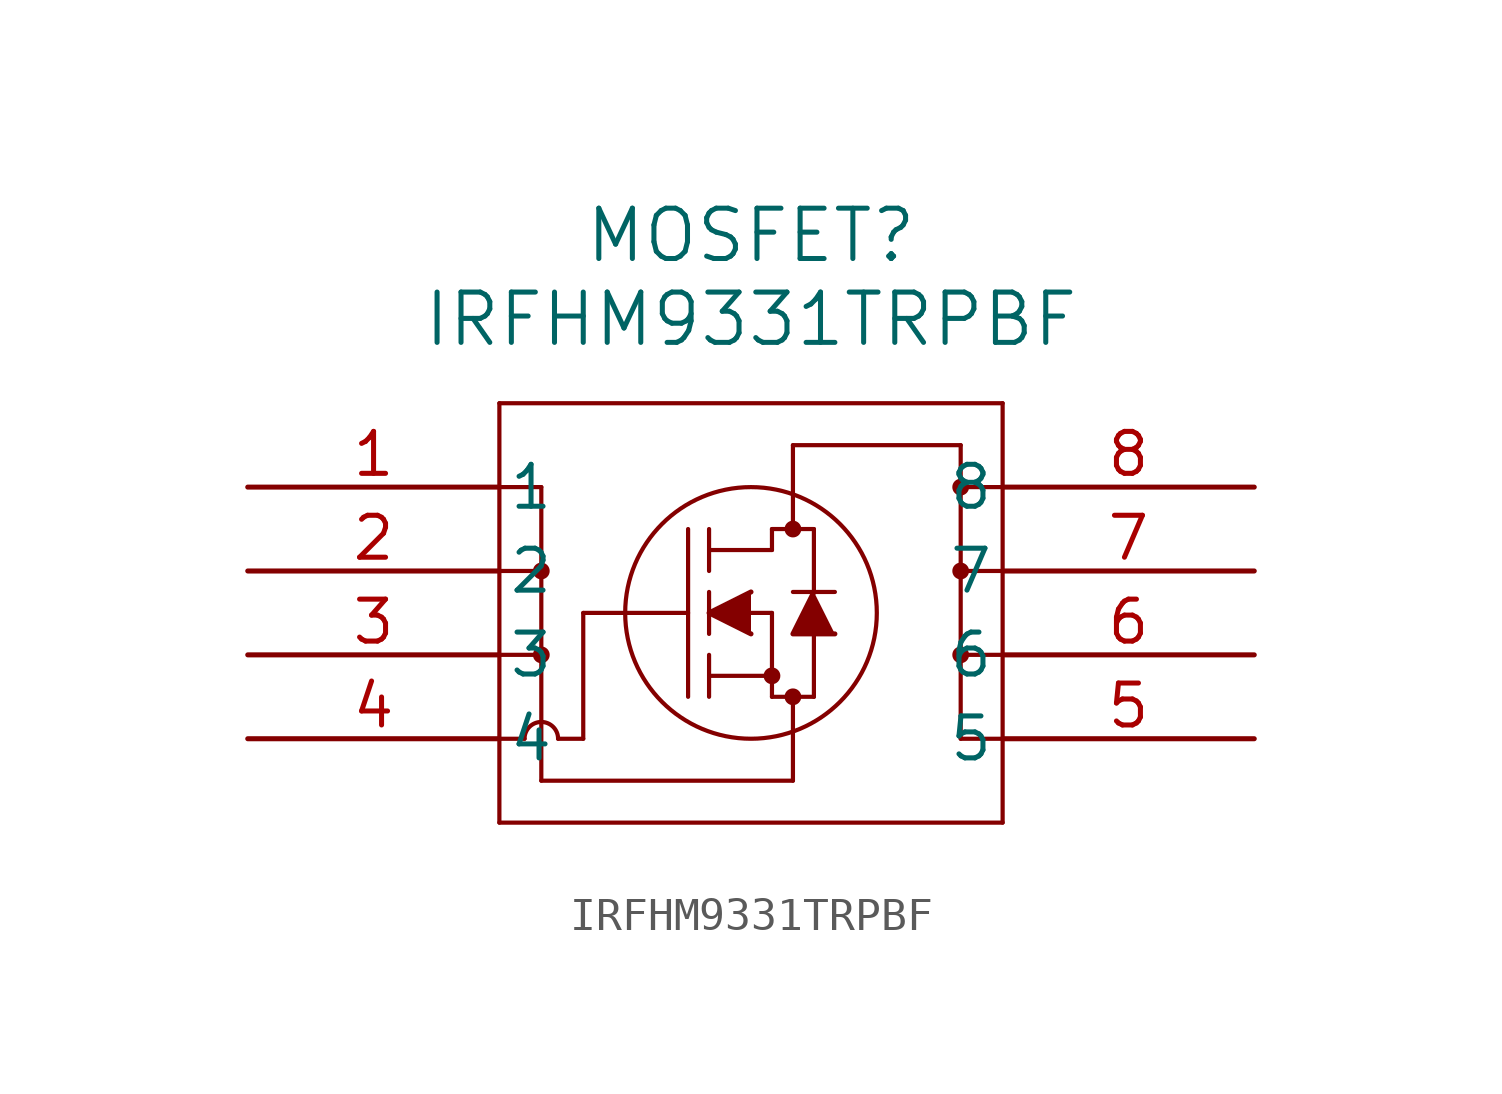
<source format=kicad_sym>
(kicad_symbol_lib
  (version 20211014)
  (generator kicad_symbol_editor)
  (symbol "IRFHM9331TRPBF"
    (pin_names
      (offset 0.254))
    (property "Reference" "MOSFET"
      (at 15.24 7.62 0)
      (effects (font (size 1.524 1.524))))
    (property "Value" "IRFHM9331TRPBF"
      (at 15.24 5.08 0)
      (effects (font (size 1.524 1.524))))
    (polyline
      (pts (xy 7.62 2.54) (xy 7.62 -10.16))
      (stroke (width 0.127) (type default) (color 0 0 0 0))
      (fill (type none)))
    (polyline
      (pts (xy 7.62 -10.16) (xy 22.86 -10.16))
      (stroke (width 0.127) (type default) (color 0 0 0 0))
      (fill (type none)))
    (polyline
      (pts (xy 22.86 -10.16) (xy 22.86 2.54))
      (stroke (width 0.127) (type default) (color 0 0 0 0))
      (fill (type none)))
    (polyline
      (pts (xy 22.86 2.54) (xy 7.62 2.54))
      (stroke (width 0.127) (type default) (color 0 0 0 0))
      (fill (type none)))
    (circle
      (center 16.51 -1.27)
      (radius 0.127)
      (stroke (width 0.254) (type default) (color 0 0 0 0))
      (fill (type none)))
    (circle
      (center 16.51 -6.35)
      (radius 0.127)
      (stroke (width 0.254) (type default) (color 0 0 0 0))
      (fill (type none)))
    (circle
      (center 15.875 -5.715)
      (radius 0.127)
      (stroke (width 0.254) (type default) (color 0 0 0 0))
      (fill (type none)))
    (circle
      (center 15.24 -3.81)
      (radius 3.81)
      (stroke (width 0.127) (type default) (color 0 0 0 0))
      (fill (type none)))
    (polyline
      (pts (xy 10.16 -3.81) (xy 13.335 -3.81))
      (stroke (width 0.127) (type default) (color 0 0 0 0))
      (fill (type none)))
    (polyline
      (pts (xy 13.335 -6.35) (xy 13.335 -1.27))
      (stroke (width 0.127) (type default) (color 0 0 0 0))
      (fill (type none)))
    (polyline
      (pts (xy 13.97 -4.445) (xy 13.97 -3.175))
      (stroke (width 0.127) (type default) (color 0 0 0 0))
      (fill (type none)))
    (polyline
      (pts (xy 13.97 -6.35) (xy 13.97 -5.08))
      (stroke (width 0.127) (type default) (color 0 0 0 0))
      (fill (type none)))
    (polyline
      (pts (xy 13.97 -2.54) (xy 13.97 -1.27))
      (stroke (width 0.127) (type default) (color 0 0 0 0))
      (fill (type none)))
    (polyline
      (pts (xy 15.24 -3.81) (xy 15.875 -3.81))
      (stroke (width 0.127) (type default) (color 0 0 0 0))
      (fill (type none)))
    (polyline
      (pts (xy 13.97 -5.715) (xy 15.875 -5.715))
      (stroke (width 0.127) (type default) (color 0 0 0 0))
      (fill (type none)))
    (polyline
      (pts (xy 15.875 -6.35) (xy 15.875 -3.81))
      (stroke (width 0.127) (type default) (color 0 0 0 0))
      (fill (type none)))
    (polyline
      (pts (xy 15.875 -6.35) (xy 17.145 -6.35))
      (stroke (width 0.127) (type default) (color 0 0 0 0))
      (fill (type none)))
    (polyline
      (pts (xy 13.97 -1.905) (xy 15.875 -1.905))
      (stroke (width 0.127) (type default) (color 0 0 0 0))
      (fill (type none)))
    (polyline
      (pts (xy 17.145 -3.175) (xy 17.145 -1.27))
      (stroke (width 0.127) (type default) (color 0 0 0 0))
      (fill (type none)))
    (polyline
      (pts (xy 17.145 -6.35) (xy 17.145 -4.445))
      (stroke (width 0.127) (type default) (color 0 0 0 0))
      (fill (type none)))
    (polyline
      (pts (xy 17.78 -3.175) (xy 16.51 -3.175))
      (stroke (width 0.127) (type default) (color 0 0 0 0))
      (fill (type none)))
    (polyline
      (pts (xy 15.875 -1.27) (xy 17.145 -1.27))
      (stroke (width 0.127) (type default) (color 0 0 0 0))
      (fill (type none)))
    (polyline
      (pts (xy 15.875 -1.905) (xy 15.875 -1.27))
      (stroke (width 0.127) (type default) (color 0 0 0 0))
      (fill (type none)))
    (polyline
      (pts (xy 7.62 -7.62) (xy 8.382 -7.62))
      (stroke (width 0.127) (type default) (color 0 0 0 0))
      (fill (type none)))
    (polyline
      (pts (xy 8.89 0) (xy 8.89 -8.89))
      (stroke (width 0.127) (type default) (color 0 0 0 0))
      (fill (type none)))
    (polyline
      (pts (xy 7.62 0) (xy 8.89 0))
      (stroke (width 0.127) (type default) (color 0 0 0 0))
      (fill (type none)))
    (polyline
      (pts (xy 7.62 -2.54) (xy 8.89 -2.54))
      (stroke (width 0.127) (type default) (color 0 0 0 0))
      (fill (type none)))
    (polyline
      (pts (xy 7.62 -5.08) (xy 8.89 -5.08))
      (stroke (width 0.127) (type default) (color 0 0 0 0))
      (fill (type none)))
    (arc
      (start 9.398 -7.62)
      (mid 8.89 -7.112)
      (end 8.382 -7.62)
      (stroke (width 0.127) (type default) (color 0 0 0 0))
      (fill (type none)))
    (polyline
      (pts (xy 10.16 -7.62) (xy 9.398 -7.62))
      (stroke (width 0.127) (type default) (color 0 0 0 0))
      (fill (type none)))
    (polyline
      (pts (xy 8.89 -8.89) (xy 16.51 -8.89))
      (stroke (width 0.127) (type default) (color 0 0 0 0))
      (fill (type none)))
    (polyline
      (pts (xy 16.51 -8.89) (xy 16.51 -6.35))
      (stroke (width 0.127) (type default) (color 0 0 0 0))
      (fill (type none)))
    (polyline
      (pts (xy 22.86 -7.62) (xy 21.59 -7.62))
      (stroke (width 0.127) (type default) (color 0 0 0 0))
      (fill (type none)))
    (polyline
      (pts (xy 21.59 -7.62) (xy 21.59 1.27))
      (stroke (width 0.127) (type default) (color 0 0 0 0))
      (fill (type none)))
    (polyline
      (pts (xy 22.86 -5.08) (xy 21.59 -5.08))
      (stroke (width 0.127) (type default) (color 0 0 0 0))
      (fill (type none)))
    (polyline
      (pts (xy 22.86 -2.54) (xy 21.59 -2.54))
      (stroke (width 0.127) (type default) (color 0 0 0 0))
      (fill (type none)))
    (polyline
      (pts (xy 21.59 1.27) (xy 16.51 1.27))
      (stroke (width 0.127) (type default) (color 0 0 0 0))
      (fill (type none)))
    (polyline
      (pts (xy 16.51 1.27) (xy 16.51 -1.27))
      (stroke (width 0.127) (type default) (color 0 0 0 0))
      (fill (type none)))
    (circle
      (center 8.89 -2.54)
      (radius 0.127)
      (stroke (width 0.254) (type default) (color 0 0 0 0))
      (fill (type none)))
    (circle
      (center 8.89 -5.08)
      (radius 0.127)
      (stroke (width 0.254) (type default) (color 0 0 0 0))
      (fill (type none)))
    (polyline
      (pts (xy 10.16 -3.81) (xy 10.16 -7.62))
      (stroke (width 0.127) (type default) (color 0 0 0 0))
      (fill (type none)))
    (circle
      (center 21.59 0)
      (radius 0.127)
      (stroke (width 0.254) (type default) (color 0 0 0 0))
      (fill (type none)))
    (circle
      (center 21.59 -2.54)
      (radius 0.127)
      (stroke (width 0.254) (type default) (color 0 0 0 0))
      (fill (type none)))
    (circle
      (center 21.59 -5.08)
      (radius 0.127)
      (stroke (width 0.254) (type default) (color 0 0 0 0))
      (fill (type none)))
    (polyline
      (pts (xy 15.24 -3.175) (xy 13.97 -3.81) (xy 15.24 -4.445))
      (stroke (width 0) (type default) (color 0 0 0 0))
      (fill (type outline)))
    (polyline
      (pts (xy 17.78 -4.445) (xy 16.51 -4.445) (xy 17.145 -3.175))
      (stroke (width 0) (type default) (color 0 0 0 0))
      (fill (type outline)))
    (polyline
      (pts (xy 22.86 0) (xy 21.59 0))
      (stroke (width 0.127) (type default) (color 0 0 0 0))
      (fill (type none)))
    (pin unspecified line
      (at 0 0 0)
      (length 7.62)
      (name "1" (effects (font (size 1.27 1.27))))
      (number "1" (effects (font (size 1.27 1.27)))))
    (pin unspecified line
      (at 0 -2.54 0)
      (length 7.62)
      (name "2" (effects (font (size 1.27 1.27))))
      (number "2" (effects (font (size 1.27 1.27)))))
    (pin unspecified line
      (at 0 -5.08 0)
      (length 7.62)
      (name "3" (effects (font (size 1.27 1.27))))
      (number "3" (effects (font (size 1.27 1.27)))))
    (pin unspecified line
      (at 0 -7.62 0)
      (length 7.62)
      (name "4" (effects (font (size 1.27 1.27))))
      (number "4" (effects (font (size 1.27 1.27)))))
    (pin unspecified line
      (at 30.48 -7.62 180)
      (length 7.62)
      (name "5" (effects (font (size 1.27 1.27))))
      (number "5" (effects (font (size 1.27 1.27)))))
    (pin unspecified line
      (at 30.48 -5.08 180)
      (length 7.62)
      (name "6" (effects (font (size 1.27 1.27))))
      (number "6" (effects (font (size 1.27 1.27)))))
    (pin unspecified line
      (at 30.48 -2.54 180)
      (length 7.62)
      (name "7" (effects (font (size 1.27 1.27))))
      (number "7" (effects (font (size 1.27 1.27)))))
    (pin unspecified line
      (at 30.48 0 180)
      (length 7.62)
      (name "8" (effects (font (size 1.27 1.27))))
      (number "8" (effects (font (size 1.27 1.27)))))))
</source>
